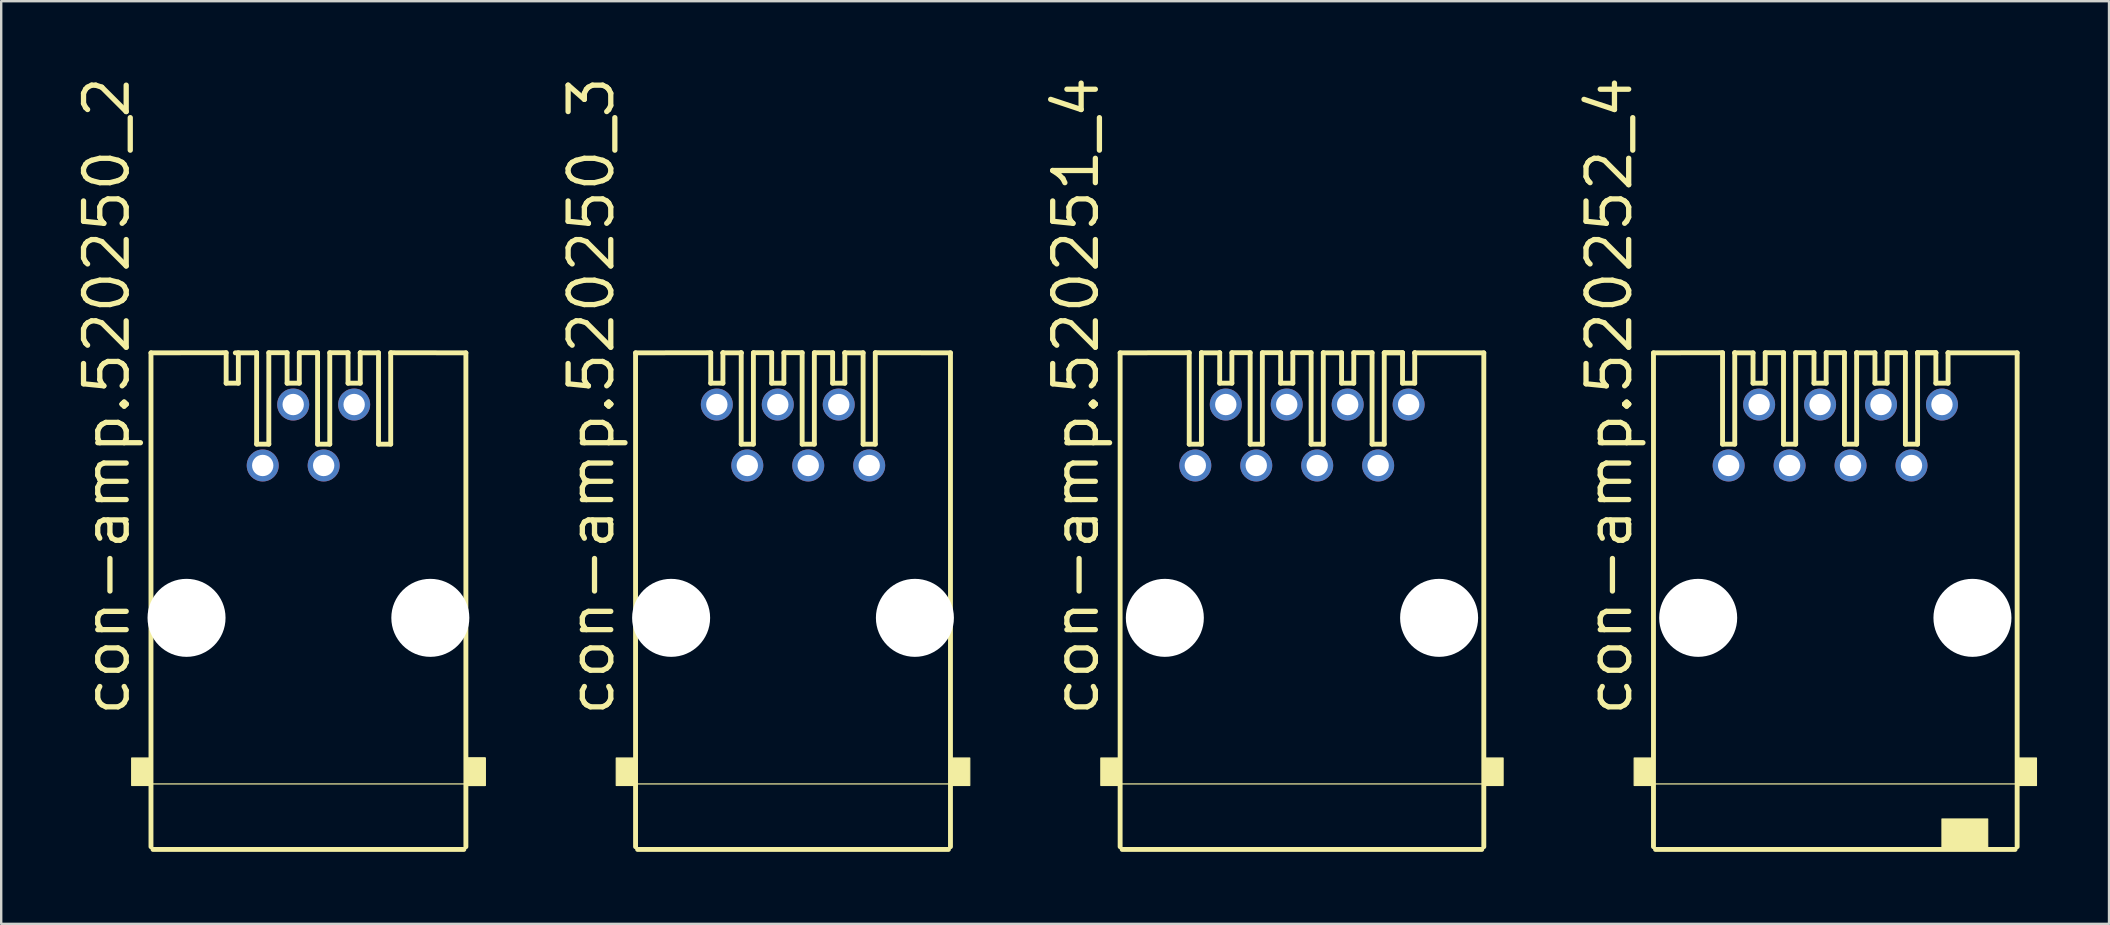
<source format=kicad_pcb>
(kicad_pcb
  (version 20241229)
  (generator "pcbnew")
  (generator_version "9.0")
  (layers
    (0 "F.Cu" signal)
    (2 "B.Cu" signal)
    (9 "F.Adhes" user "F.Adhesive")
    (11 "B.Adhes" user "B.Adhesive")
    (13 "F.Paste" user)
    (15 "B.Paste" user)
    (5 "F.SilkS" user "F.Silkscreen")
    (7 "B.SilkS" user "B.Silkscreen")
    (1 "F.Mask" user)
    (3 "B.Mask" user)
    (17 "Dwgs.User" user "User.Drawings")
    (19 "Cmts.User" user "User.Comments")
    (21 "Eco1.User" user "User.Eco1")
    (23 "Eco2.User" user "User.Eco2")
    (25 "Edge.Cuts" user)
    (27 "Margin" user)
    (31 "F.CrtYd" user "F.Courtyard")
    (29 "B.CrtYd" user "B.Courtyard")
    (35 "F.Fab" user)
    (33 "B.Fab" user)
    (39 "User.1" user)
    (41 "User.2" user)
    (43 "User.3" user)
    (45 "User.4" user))
  (footprint "con-amp.520251_4"
    (layer "F.Cu")
    (at 51.21 22.699)
    (property "Reference" "con-amp.520251_4" (at -8.382 4.191 90) (layer "F.SilkS") (effects (font (size 1.778 1.778) (thickness 0.22)) (justify left bottom)))
    (attr through_hole)
    (fp_line (start -7.578 -11.044) (end -4.699 -11.049) (stroke (width 0.203) (type default)) (layer "F.SilkS"))
    (fp_line (start -7.578 9.538) (end -7.578 -11.044) (stroke (width 0.203) (type default)) (layer "F.SilkS"))
    (fp_line (start -4.699 -11.049) (end -4.699 -7.239) (stroke (width 0.203) (type default)) (layer "F.SilkS"))
    (fp_line (start -4.699 -7.239) (end -4.191 -7.239) (stroke (width 0.203) (type default)) (layer "F.SilkS"))
    (fp_line (start -4.191 -11.049) (end -4.191 -11.044) (stroke (width 0.203) (type default)) (layer "F.SilkS"))
    (fp_line (start -4.191 -11.044) (end -4.191 -7.239) (stroke (width 0.203) (type default)) (layer "F.SilkS"))
    (fp_line (start -4.191 -11.044) (end -3.429 -11.044) (stroke (width 0.203) (type default)) (layer "F.SilkS"))
    (fp_line (start -3.429 -11.049) (end -3.429 -11.044) (stroke (width 0.203) (type default)) (layer "F.SilkS"))
    (fp_line (start -3.429 -11.044) (end -3.429 -9.779) (stroke (width 0.203) (type default)) (layer "F.SilkS"))
    (fp_line (start -3.429 -9.779) (end -2.921 -9.779) (stroke (width 0.203) (type default)) (layer "F.SilkS"))
    (fp_line (start -2.921 -11.049) (end -2.921 -9.779) (stroke (width 0.203) (type default)) (layer "F.SilkS"))
    (fp_line (start -2.921 -11.049) (end -2.159 -11.049) (stroke (width 0.203) (type default)) (layer "F.SilkS"))
    (fp_line (start -2.159 -11.049) (end -2.159 -7.239) (stroke (width 0.203) (type default)) (layer "F.SilkS"))
    (fp_line (start -2.159 -7.239) (end -1.651 -7.239) (stroke (width 0.203) (type default)) (layer "F.SilkS"))
    (fp_line (start -1.651 -11.049) (end -1.651 -7.239) (stroke (width 0.203) (type default)) (layer "F.SilkS"))
    (fp_line (start -1.651 -11.049) (end -0.889 -11.049) (stroke (width 0.203) (type default)) (layer "F.SilkS"))
    (fp_line (start -0.889 -11.049) (end -0.889 -9.779) (stroke (width 0.203) (type default)) (layer "F.SilkS"))
    (fp_line (start -0.889 -9.779) (end -0.381 -9.779) (stroke (width 0.203) (type default)) (layer "F.SilkS"))
    (fp_line (start -0.381 -11.049) (end -0.381 -9.779) (stroke (width 0.203) (type default)) (layer "F.SilkS"))
    (fp_line (start -0.381 -11.049) (end 0.381 -11.049) (stroke (width 0.203) (type default)) (layer "F.SilkS"))
    (fp_line (start 0.381 -11.049) (end 0.381 -7.239) (stroke (width 0.203) (type default)) (layer "F.SilkS"))
    (fp_line (start 0.381 -7.239) (end 0.889 -7.239) (stroke (width 0.203) (type default)) (layer "F.SilkS"))
    (fp_line (start 0.889 -11.049) (end 0.889 -11.044) (stroke (width 0.203) (type default)) (layer "F.SilkS"))
    (fp_line (start 0.889 -11.044) (end 0.889 -7.239) (stroke (width 0.203) (type default)) (layer "F.SilkS"))
    (fp_line (start 0.889 -11.044) (end 1.651 -11.044) (stroke (width 0.203) (type default)) (layer "F.SilkS"))
    (fp_line (start 1.651 -11.049) (end 1.651 -9.779) (stroke (width 0.203) (type default)) (layer "F.SilkS"))
    (fp_line (start 1.651 -9.779) (end 2.159 -9.779) (stroke (width 0.203) (type default)) (layer "F.SilkS"))
    (fp_line (start 2.159 -11.049) (end 2.159 -9.779) (stroke (width 0.203) (type default)) (layer "F.SilkS"))
    (fp_line (start 2.159 -11.049) (end 2.921 -11.049) (stroke (width 0.203) (type default)) (layer "F.SilkS"))
    (fp_line (start 2.921 -11.049) (end 2.921 -7.239) (stroke (width 0.203) (type default)) (layer "F.SilkS"))
    (fp_line (start 2.921 -7.239) (end 3.429 -7.239) (stroke (width 0.203) (type default)) (layer "F.SilkS"))
    (fp_line (start 3.429 -11.049) (end 4.191 -11.049) (stroke (width 0.203) (type default)) (layer "F.SilkS"))
    (fp_line (start 3.429 -11.044) (end 3.429 -7.239) (stroke (width 0.203) (type default)) (layer "F.SilkS"))
    (fp_line (start 3.429 -11.044) (end 4.191 -11.044) (stroke (width 0.203) (type default)) (layer "F.SilkS"))
    (fp_line (start 4.191 -11.049) (end 4.191 -9.779) (stroke (width 0.203) (type default)) (layer "F.SilkS"))
    (fp_line (start 4.191 -9.779) (end 4.699 -9.779) (stroke (width 0.203) (type default)) (layer "F.SilkS"))
    (fp_line (start 4.699 -11.049) (end 4.699 -11.044) (stroke (width 0.203) (type default)) (layer "F.SilkS"))
    (fp_line (start 4.699 -11.044) (end 4.699 -9.779) (stroke (width 0.203) (type default)) (layer "F.SilkS"))
    (fp_line (start 4.699 -11.044) (end 7.578 -11.044) (stroke (width 0.203) (type default)) (layer "F.SilkS"))
    (fp_line (start 7.493 9.652) (end -7.493 9.652) (stroke (width 0.203) (type default)) (layer "F.SilkS"))
    (fp_line (start 7.556 6.921) (end -7.556 6.921) (stroke (width 0.051) (type default)) (layer "F.SilkS"))
    (fp_line (start 7.578 -11.044) (end 7.578 9.538) (stroke (width 0.203) (type default)) (layer "F.SilkS"))
    (fp_rect (start -8.382 6.985) (end -7.62 5.842) (stroke (width 0.05) (type default)) (fill yes) (layer "F.SilkS"))
    (fp_rect (start 7.62 6.985) (end 8.382 5.842) (stroke (width 0.05) (type default)) (fill yes) (layer "F.SilkS"))
    (pad "" np_thru_hole circle (at -5.715 0) (size 3.251 3.251) (drill 3.251) (layers "*.Cu" "*.Mask"))
    (pad "" np_thru_hole circle (at 5.715 0) (size 3.251 3.251) (drill 3.251) (layers "*.Cu" "*.Mask"))
    (pad "1" thru_hole circle (at -4.445 -6.35) (size 1.333 1.333) (drill 0.889) (layers "*.Cu" "*.Mask"))
    (pad "2" thru_hole circle (at -3.175 -8.89) (size 1.333 1.333) (drill 0.889) (layers "*.Cu" "*.Mask"))
    (pad "3" thru_hole circle (at -1.905 -6.35) (size 1.333 1.333) (drill 0.889) (layers "*.Cu" "*.Mask"))
    (pad "4" thru_hole circle (at -0.635 -8.89) (size 1.333 1.333) (drill 0.889) (layers "*.Cu" "*.Mask"))
    (pad "5" thru_hole circle (at 0.635 -6.35) (size 1.333 1.333) (drill 0.889) (layers "*.Cu" "*.Mask"))
    (pad "6" thru_hole circle (at 1.905 -8.89) (size 1.333 1.333) (drill 0.889) (layers "*.Cu" "*.Mask"))
    (pad "7" thru_hole circle (at 3.175 -6.35) (size 1.333 1.333) (drill 0.889) (layers "*.Cu" "*.Mask"))
    (pad "8" thru_hole circle (at 4.445 -8.89) (size 1.333 1.333) (drill 0.889) (layers "*.Cu" "*.Mask")))
  (footprint "con-amp.520250_2"
    (layer "F.Cu")
    (at 9.804 22.699)
    (property "Reference" "con-amp.520250_2" (at -7.366 4.191 90) (layer "F.SilkS") (effects (font (size 1.778 1.778) (thickness 0.22)) (justify left bottom)))
    (attr through_hole)
    (fp_line (start -6.562 -11.044) (end -3.429 -11.049) (stroke (width 0.203) (type default)) (layer "F.SilkS"))
    (fp_line (start -6.562 9.538) (end -6.562 -11.044) (stroke (width 0.203) (type default)) (layer "F.SilkS"))
    (fp_line (start -3.429 -11.049) (end -3.429 -9.779) (stroke (width 0.203) (type default)) (layer "F.SilkS"))
    (fp_line (start -3.429 -9.779) (end -2.921 -9.779) (stroke (width 0.203) (type default)) (layer "F.SilkS"))
    (fp_line (start -3.048 -11.044) (end -2.159 -11.044) (stroke (width 0.203) (type default)) (layer "F.SilkS"))
    (fp_line (start -2.921 -11.049) (end -2.921 -9.779) (stroke (width 0.203) (type default)) (layer "F.SilkS"))
    (fp_line (start -2.159 -11.049) (end -2.159 -11.044) (stroke (width 0.203) (type default)) (layer "F.SilkS"))
    (fp_line (start -2.159 -11.044) (end -2.159 -7.239) (stroke (width 0.203) (type default)) (layer "F.SilkS"))
    (fp_line (start -2.159 -7.239) (end -1.651 -7.239) (stroke (width 0.203) (type default)) (layer "F.SilkS"))
    (fp_line (start -1.651 -11.049) (end -1.651 -7.239) (stroke (width 0.203) (type default)) (layer "F.SilkS"))
    (fp_line (start -1.651 -11.049) (end -0.889 -11.049) (stroke (width 0.203) (type default)) (layer "F.SilkS"))
    (fp_line (start -0.889 -11.049) (end -0.889 -9.779) (stroke (width 0.203) (type default)) (layer "F.SilkS"))
    (fp_line (start -0.889 -9.779) (end -0.381 -9.779) (stroke (width 0.203) (type default)) (layer "F.SilkS"))
    (fp_line (start -0.381 -11.049) (end -0.381 -9.779) (stroke (width 0.203) (type default)) (layer "F.SilkS"))
    (fp_line (start -0.381 -11.049) (end 0.381 -11.049) (stroke (width 0.203) (type default)) (layer "F.SilkS"))
    (fp_line (start 0.381 -11.049) (end 0.381 -7.239) (stroke (width 0.203) (type default)) (layer "F.SilkS"))
    (fp_line (start 0.381 -7.239) (end 0.889 -7.239) (stroke (width 0.203) (type default)) (layer "F.SilkS"))
    (fp_line (start 0.889 -11.049) (end 0.889 -7.239) (stroke (width 0.203) (type default)) (layer "F.SilkS"))
    (fp_line (start 0.889 -11.049) (end 1.651 -11.049) (stroke (width 0.203) (type default)) (layer "F.SilkS"))
    (fp_line (start 1.651 -11.049) (end 1.651 -9.779) (stroke (width 0.203) (type default)) (layer "F.SilkS"))
    (fp_line (start 1.651 -9.779) (end 2.159 -9.779) (stroke (width 0.203) (type default)) (layer "F.SilkS"))
    (fp_line (start 2.159 -11.049) (end 2.159 -11.044) (stroke (width 0.203) (type default)) (layer "F.SilkS"))
    (fp_line (start 2.159 -11.044) (end 2.159 -9.779) (stroke (width 0.203) (type default)) (layer "F.SilkS"))
    (fp_line (start 2.159 -11.044) (end 2.921 -11.044) (stroke (width 0.203) (type default)) (layer "F.SilkS"))
    (fp_line (start 2.921 -11.049) (end 2.921 -7.239) (stroke (width 0.203) (type default)) (layer "F.SilkS"))
    (fp_line (start 2.921 -7.239) (end 3.429 -7.239) (stroke (width 0.203) (type default)) (layer "F.SilkS"))
    (fp_line (start 3.429 -11.049) (end 3.429 -7.239) (stroke (width 0.203) (type default)) (layer "F.SilkS"))
    (fp_line (start 3.429 -11.049) (end 6.562 -11.044) (stroke (width 0.203) (type default)) (layer "F.SilkS"))
    (fp_line (start 6.477 9.652) (end -6.477 9.652) (stroke (width 0.203) (type default)) (layer "F.SilkS"))
    (fp_line (start 6.54 6.921) (end -6.54 6.921) (stroke (width 0.051) (type default)) (layer "F.SilkS"))
    (fp_line (start 6.562 -11.044) (end 6.562 9.538) (stroke (width 0.203) (type default)) (layer "F.SilkS"))
    (fp_rect (start -7.366 6.985) (end -6.604 5.842) (stroke (width 0.05) (type default)) (fill yes) (layer "F.SilkS"))
    (fp_rect (start 6.604 6.985) (end 7.366 5.842) (stroke (width 0.05) (type default)) (fill yes) (layer "F.SilkS"))
    (fp_rect (start 6.604 6.985) (end 7.366 5.842) (stroke (width 0.05) (type default)) (fill yes) (layer "F.SilkS"))
    (pad "" np_thru_hole circle (at -5.08 0) (size 3.251 3.251) (drill 3.251) (layers "*.Cu" "*.Mask"))
    (pad "" np_thru_hole circle (at 5.08 0) (size 3.251 3.251) (drill 3.251) (layers "*.Cu" "*.Mask"))
    (pad "1" thru_hole circle (at -1.905 -6.35) (size 1.333 1.333) (drill 0.889) (layers "*.Cu" "*.Mask"))
    (pad "2" thru_hole circle (at -0.635 -8.89) (size 1.333 1.333) (drill 0.889) (layers "*.Cu" "*.Mask"))
    (pad "3" thru_hole circle (at 0.635 -6.35) (size 1.333 1.333) (drill 0.889) (layers "*.Cu" "*.Mask"))
    (pad "4" thru_hole circle (at 1.905 -8.89) (size 1.333 1.333) (drill 0.889) (layers "*.Cu" "*.Mask")))
  (footprint "con-amp.520252_4"
    (layer "F.Cu")
    (at 73.437 22.699)
    (property "Reference" "con-amp.520252_4" (at -8.382 4.191 90) (layer "F.SilkS") (effects (font (size 1.778 1.778) (thickness 0.22)) (justify left bottom)))
    (attr through_hole)
    (fp_line (start -7.578 -11.044) (end -4.699 -11.049) (stroke (width 0.203) (type default)) (layer "F.SilkS"))
    (fp_line (start -7.578 9.538) (end -7.578 -11.044) (stroke (width 0.203) (type default)) (layer "F.SilkS"))
    (fp_line (start -4.699 -11.049) (end -4.699 -7.239) (stroke (width 0.203) (type default)) (layer "F.SilkS"))
    (fp_line (start -4.699 -7.239) (end -4.191 -7.239) (stroke (width 0.203) (type default)) (layer "F.SilkS"))
    (fp_line (start -4.191 -11.049) (end -4.191 -11.044) (stroke (width 0.203) (type default)) (layer "F.SilkS"))
    (fp_line (start -4.191 -11.044) (end -4.191 -7.239) (stroke (width 0.203) (type default)) (layer "F.SilkS"))
    (fp_line (start -4.191 -11.044) (end -3.429 -11.044) (stroke (width 0.203) (type default)) (layer "F.SilkS"))
    (fp_line (start -3.429 -11.044) (end -3.429 -9.779) (stroke (width 0.203) (type default)) (layer "F.SilkS"))
    (fp_line (start -3.429 -9.779) (end -2.921 -9.779) (stroke (width 0.203) (type default)) (layer "F.SilkS"))
    (fp_line (start -2.921 -11.049) (end -2.921 -9.779) (stroke (width 0.203) (type default)) (layer "F.SilkS"))
    (fp_line (start -2.921 -11.049) (end -2.159 -11.049) (stroke (width 0.203) (type default)) (layer "F.SilkS"))
    (fp_line (start -2.159 -11.049) (end -2.159 -7.239) (stroke (width 0.203) (type default)) (layer "F.SilkS"))
    (fp_line (start -2.159 -7.239) (end -1.651 -7.239) (stroke (width 0.203) (type default)) (layer "F.SilkS"))
    (fp_line (start -1.651 -11.049) (end -1.651 -7.239) (stroke (width 0.203) (type default)) (layer "F.SilkS"))
    (fp_line (start -1.651 -11.049) (end -0.889 -11.049) (stroke (width 0.203) (type default)) (layer "F.SilkS"))
    (fp_line (start -0.889 -11.049) (end -0.889 -9.779) (stroke (width 0.203) (type default)) (layer "F.SilkS"))
    (fp_line (start -0.889 -9.779) (end -0.381 -9.779) (stroke (width 0.203) (type default)) (layer "F.SilkS"))
    (fp_line (start -0.381 -11.049) (end -0.381 -9.779) (stroke (width 0.203) (type default)) (layer "F.SilkS"))
    (fp_line (start -0.381 -11.049) (end 0.381 -11.049) (stroke (width 0.203) (type default)) (layer "F.SilkS"))
    (fp_line (start 0.381 -11.049) (end 0.381 -7.239) (stroke (width 0.203) (type default)) (layer "F.SilkS"))
    (fp_line (start 0.381 -7.239) (end 0.889 -7.239) (stroke (width 0.203) (type default)) (layer "F.SilkS"))
    (fp_line (start 0.889 -11.049) (end 0.889 -11.044) (stroke (width 0.203) (type default)) (layer "F.SilkS"))
    (fp_line (start 0.889 -11.044) (end 0.889 -7.239) (stroke (width 0.203) (type default)) (layer "F.SilkS"))
    (fp_line (start 0.889 -11.044) (end 1.651 -11.044) (stroke (width 0.203) (type default)) (layer "F.SilkS"))
    (fp_line (start 1.651 -11.049) (end 1.651 -9.779) (stroke (width 0.203) (type default)) (layer "F.SilkS"))
    (fp_line (start 1.651 -9.779) (end 2.159 -9.779) (stroke (width 0.203) (type default)) (layer "F.SilkS"))
    (fp_line (start 2.159 -11.049) (end 2.159 -9.779) (stroke (width 0.203) (type default)) (layer "F.SilkS"))
    (fp_line (start 2.159 -11.049) (end 2.921 -11.049) (stroke (width 0.203) (type default)) (layer "F.SilkS"))
    (fp_line (start 2.921 -11.049) (end 2.921 -7.239) (stroke (width 0.203) (type default)) (layer "F.SilkS"))
    (fp_line (start 2.921 -7.239) (end 3.429 -7.239) (stroke (width 0.203) (type default)) (layer "F.SilkS"))
    (fp_line (start 3.429 -11.049) (end 3.429 -11.044) (stroke (width 0.203) (type default)) (layer "F.SilkS"))
    (fp_line (start 3.429 -11.049) (end 4.191 -11.049) (stroke (width 0.203) (type default)) (layer "F.SilkS"))
    (fp_line (start 3.429 -11.044) (end 3.429 -7.239) (stroke (width 0.203) (type default)) (layer "F.SilkS"))
    (fp_line (start 3.429 -11.044) (end 4.191 -11.044) (stroke (width 0.203) (type default)) (layer "F.SilkS"))
    (fp_line (start 4.191 -11.049) (end 4.191 -9.779) (stroke (width 0.203) (type default)) (layer "F.SilkS"))
    (fp_line (start 4.191 -9.779) (end 4.699 -9.779) (stroke (width 0.203) (type default)) (layer "F.SilkS"))
    (fp_line (start 4.699 -11.049) (end 4.699 -11.044) (stroke (width 0.203) (type default)) (layer "F.SilkS"))
    (fp_line (start 4.699 -11.044) (end 4.699 -9.779) (stroke (width 0.203) (type default)) (layer "F.SilkS"))
    (fp_line (start 4.699 -11.044) (end 7.578 -11.044) (stroke (width 0.203) (type default)) (layer "F.SilkS"))
    (fp_line (start 7.493 9.652) (end -7.493 9.652) (stroke (width 0.203) (type default)) (layer "F.SilkS"))
    (fp_line (start 7.556 6.921) (end -7.556 6.921) (stroke (width 0.051) (type default)) (layer "F.SilkS"))
    (fp_line (start 7.578 -11.044) (end 7.578 9.538) (stroke (width 0.203) (type default)) (layer "F.SilkS"))
    (fp_rect (start -8.382 6.985) (end -7.62 5.842) (stroke (width 0.05) (type default)) (fill yes) (layer "F.SilkS"))
    (fp_rect (start 4.445 9.652) (end 6.35 8.382) (stroke (width 0.05) (type default)) (fill yes) (layer "F.SilkS"))
    (fp_rect (start 7.62 6.985) (end 8.382 5.842) (stroke (width 0.05) (type default)) (fill yes) (layer "F.SilkS"))
    (pad "" np_thru_hole circle (at -5.715 0) (size 3.251 3.251) (drill 3.251) (layers "*.Cu" "*.Mask"))
    (pad "" np_thru_hole circle (at 5.715 0) (size 3.251 3.251) (drill 3.251) (layers "*.Cu" "*.Mask"))
    (pad "1" thru_hole circle (at -4.445 -6.35) (size 1.333 1.333) (drill 0.889) (layers "*.Cu" "*.Mask"))
    (pad "2" thru_hole circle (at -3.175 -8.89) (size 1.333 1.333) (drill 0.889) (layers "*.Cu" "*.Mask"))
    (pad "3" thru_hole circle (at -1.905 -6.35) (size 1.333 1.333) (drill 0.889) (layers "*.Cu" "*.Mask"))
    (pad "4" thru_hole circle (at -0.635 -8.89) (size 1.333 1.333) (drill 0.889) (layers "*.Cu" "*.Mask"))
    (pad "5" thru_hole circle (at 0.635 -6.35) (size 1.333 1.333) (drill 0.889) (layers "*.Cu" "*.Mask"))
    (pad "6" thru_hole circle (at 1.905 -8.89) (size 1.333 1.333) (drill 0.889) (layers "*.Cu" "*.Mask"))
    (pad "7" thru_hole circle (at 3.175 -6.35) (size 1.333 1.333) (drill 0.889) (layers "*.Cu" "*.Mask"))
    (pad "8" thru_hole circle (at 4.445 -8.89) (size 1.333 1.333) (drill 0.889) (layers "*.Cu" "*.Mask")))
  (footprint "con-amp.520250_3"
    (layer "F.Cu")
    (at 29.999 22.699)
    (property "Reference" "con-amp.520250_3" (at -7.366 4.191 90) (layer "F.SilkS") (effects (font (size 1.778 1.778) (thickness 0.22)) (justify left bottom)))
    (attr through_hole)
    (fp_line (start -6.562 -11.044) (end -3.429 -11.049) (stroke (width 0.203) (type default)) (layer "F.SilkS"))
    (fp_line (start -6.562 9.538) (end -6.562 -11.044) (stroke (width 0.203) (type default)) (layer "F.SilkS"))
    (fp_line (start -3.429 -11.049) (end -3.429 -9.779) (stroke (width 0.203) (type default)) (layer "F.SilkS"))
    (fp_line (start -3.429 -9.779) (end -2.921 -9.779) (stroke (width 0.203) (type default)) (layer "F.SilkS"))
    (fp_line (start -2.921 -11.049) (end -2.921 -11.044) (stroke (width 0.203) (type default)) (layer "F.SilkS"))
    (fp_line (start -2.921 -11.044) (end -2.921 -9.779) (stroke (width 0.203) (type default)) (layer "F.SilkS"))
    (fp_line (start -2.921 -11.044) (end -2.159 -11.044) (stroke (width 0.203) (type default)) (layer "F.SilkS"))
    (fp_line (start -2.159 -11.049) (end -2.159 -11.044) (stroke (width 0.203) (type default)) (layer "F.SilkS"))
    (fp_line (start -2.159 -11.044) (end -2.159 -7.239) (stroke (width 0.203) (type default)) (layer "F.SilkS"))
    (fp_line (start -2.159 -7.239) (end -1.651 -7.239) (stroke (width 0.203) (type default)) (layer "F.SilkS"))
    (fp_line (start -1.651 -11.049) (end -1.651 -7.239) (stroke (width 0.203) (type default)) (layer "F.SilkS"))
    (fp_line (start -1.651 -11.049) (end -0.889 -11.049) (stroke (width 0.203) (type default)) (layer "F.SilkS"))
    (fp_line (start -0.889 -11.049) (end -0.889 -9.779) (stroke (width 0.203) (type default)) (layer "F.SilkS"))
    (fp_line (start -0.889 -9.779) (end -0.381 -9.779) (stroke (width 0.203) (type default)) (layer "F.SilkS"))
    (fp_line (start -0.381 -11.049) (end -0.381 -9.779) (stroke (width 0.203) (type default)) (layer "F.SilkS"))
    (fp_line (start -0.381 -11.049) (end 0.381 -11.049) (stroke (width 0.203) (type default)) (layer "F.SilkS"))
    (fp_line (start 0.381 -11.049) (end 0.381 -7.239) (stroke (width 0.203) (type default)) (layer "F.SilkS"))
    (fp_line (start 0.381 -7.239) (end 0.889 -7.239) (stroke (width 0.203) (type default)) (layer "F.SilkS"))
    (fp_line (start 0.889 -11.049) (end 0.889 -7.239) (stroke (width 0.203) (type default)) (layer "F.SilkS"))
    (fp_line (start 0.889 -11.049) (end 1.651 -11.049) (stroke (width 0.203) (type default)) (layer "F.SilkS"))
    (fp_line (start 1.651 -11.049) (end 1.651 -9.779) (stroke (width 0.203) (type default)) (layer "F.SilkS"))
    (fp_line (start 1.651 -9.779) (end 2.159 -9.779) (stroke (width 0.203) (type default)) (layer "F.SilkS"))
    (fp_line (start 2.159 -11.049) (end 2.159 -11.044) (stroke (width 0.203) (type default)) (layer "F.SilkS"))
    (fp_line (start 2.159 -11.044) (end 2.159 -9.779) (stroke (width 0.203) (type default)) (layer "F.SilkS"))
    (fp_line (start 2.159 -11.044) (end 2.921 -11.044) (stroke (width 0.203) (type default)) (layer "F.SilkS"))
    (fp_line (start 2.921 -11.049) (end 2.921 -7.239) (stroke (width 0.203) (type default)) (layer "F.SilkS"))
    (fp_line (start 2.921 -7.239) (end 3.429 -7.239) (stroke (width 0.203) (type default)) (layer "F.SilkS"))
    (fp_line (start 3.429 -11.049) (end 3.429 -7.239) (stroke (width 0.203) (type default)) (layer "F.SilkS"))
    (fp_line (start 3.429 -11.049) (end 6.562 -11.044) (stroke (width 0.203) (type default)) (layer "F.SilkS"))
    (fp_line (start 6.477 9.652) (end -6.477 9.652) (stroke (width 0.203) (type default)) (layer "F.SilkS"))
    (fp_line (start 6.54 6.921) (end -6.54 6.921) (stroke (width 0.051) (type default)) (layer "F.SilkS"))
    (fp_line (start 6.562 -11.044) (end 6.562 9.538) (stroke (width 0.203) (type default)) (layer "F.SilkS"))
    (fp_rect (start -7.366 6.985) (end -6.604 5.842) (stroke (width 0.05) (type default)) (fill yes) (layer "F.SilkS"))
    (fp_rect (start 6.604 6.985) (end 7.366 5.842) (stroke (width 0.05) (type default)) (fill yes) (layer "F.SilkS"))
    (pad "" np_thru_hole circle (at -5.08 0) (size 3.251 3.251) (drill 3.251) (layers "*.Cu" "*.Mask"))
    (pad "" np_thru_hole circle (at 5.08 0) (size 3.251 3.251) (drill 3.251) (layers "*.Cu" "*.Mask"))
    (pad "1" thru_hole circle (at -3.175 -8.89) (size 1.333 1.333) (drill 0.889) (layers "*.Cu" "*.Mask"))
    (pad "2" thru_hole circle (at -1.905 -6.35) (size 1.333 1.333) (drill 0.889) (layers "*.Cu" "*.Mask"))
    (pad "3" thru_hole circle (at -0.635 -8.89) (size 1.333 1.333) (drill 0.889) (layers "*.Cu" "*.Mask"))
    (pad "4" thru_hole circle (at 0.635 -6.35) (size 1.333 1.333) (drill 0.889) (layers "*.Cu" "*.Mask"))
    (pad "5" thru_hole circle (at 1.905 -8.89) (size 1.333 1.333) (drill 0.889) (layers "*.Cu" "*.Mask"))
    (pad "6" thru_hole circle (at 3.175 -6.35) (size 1.333 1.333) (drill 0.889) (layers "*.Cu" "*.Mask")))
  (gr_rect
    (start -3 -3)
    (end 84.844 35.452)
    (stroke (width 0.1) (type default))
    (fill no)
    (layer "Edge.Cuts")))
</source>
